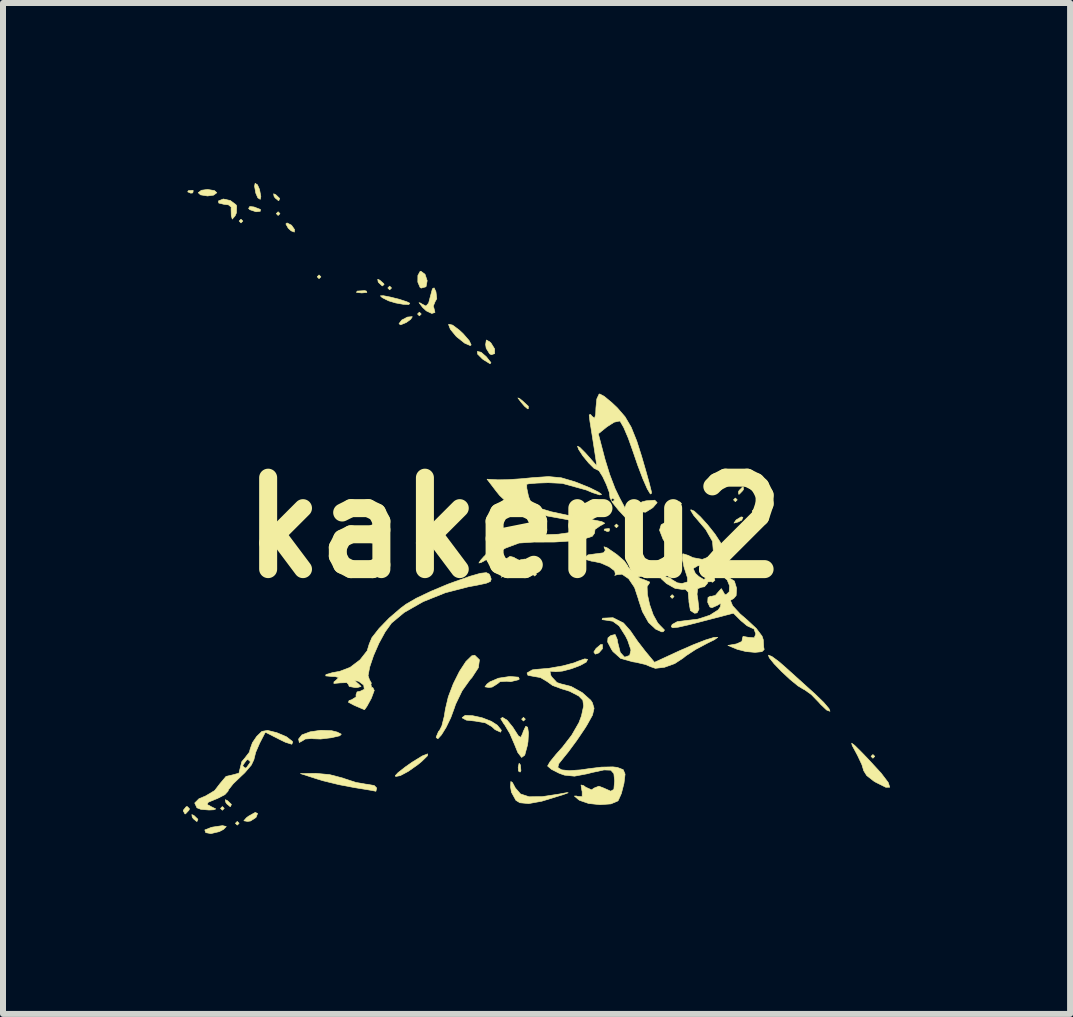
<source format=kicad_pcb>
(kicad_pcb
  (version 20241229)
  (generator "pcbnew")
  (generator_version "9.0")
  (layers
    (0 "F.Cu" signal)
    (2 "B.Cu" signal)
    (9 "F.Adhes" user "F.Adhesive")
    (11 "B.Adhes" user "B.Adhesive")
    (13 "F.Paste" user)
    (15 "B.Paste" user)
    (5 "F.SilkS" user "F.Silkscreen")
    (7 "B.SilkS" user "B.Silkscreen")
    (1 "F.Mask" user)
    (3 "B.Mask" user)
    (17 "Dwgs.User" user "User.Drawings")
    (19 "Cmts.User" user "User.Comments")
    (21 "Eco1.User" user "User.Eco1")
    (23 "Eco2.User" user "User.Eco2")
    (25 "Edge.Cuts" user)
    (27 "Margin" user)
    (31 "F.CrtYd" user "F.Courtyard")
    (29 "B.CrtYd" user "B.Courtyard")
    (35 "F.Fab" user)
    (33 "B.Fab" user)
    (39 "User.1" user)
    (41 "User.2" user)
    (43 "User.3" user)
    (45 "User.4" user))
  (footprint "kakeru2"
    (layer "F.Cu")
    (at 5.519 5.745)
    (property "Reference" "kakeru2" (at 0 0 0) (layer "F.SilkS") (effects (font (size 1.524 1.524) (thickness 0.3))))
    (attr through_hole)
    (fp_poly (pts (xy -4.832 4.677) (xy -4.863 4.708) (xy -4.894 4.677) (xy -4.863 4.646) (xy -4.832 4.677)) (stroke (width 0.01) (type solid)) (fill yes) (layer "F.SilkS"))
    (fp_poly (pts (xy -4.584 4.925) (xy -4.615 4.956) (xy -4.646 4.925) (xy -4.615 4.894) (xy -4.584 4.925)) (stroke (width 0.01) (type solid)) (fill yes) (layer "F.SilkS"))
    (fp_poly (pts (xy -4.522 -5.111) (xy -4.553 -5.08) (xy -4.584 -5.111) (xy -4.553 -5.142) (xy -4.522 -5.111)) (stroke (width 0.01) (type solid)) (fill yes) (layer "F.SilkS"))
    (fp_poly (pts (xy -3.903 -5.235) (xy -3.934 -5.204) (xy -3.965 -5.235) (xy -3.934 -5.266) (xy -3.903 -5.235)) (stroke (width 0.01) (type solid)) (fill yes) (layer "F.SilkS"))
    (fp_poly (pts (xy -3.221 -4.182) (xy -3.252 -4.151) (xy -3.283 -4.182) (xy -3.252 -4.213) (xy -3.221 -4.182)) (stroke (width 0.01) (type solid)) (fill yes) (layer "F.SilkS"))
    (fp_poly (pts (xy -2.044 -3.996) (xy -2.075 -3.965) (xy -2.106 -3.996) (xy -2.075 -4.027) (xy -2.044 -3.996)) (stroke (width 0.01) (type solid)) (fill yes) (layer "F.SilkS"))
    (fp_poly (pts (xy -1.549 -3.562) (xy -1.58 -3.531) (xy -1.611 -3.562) (xy -1.58 -3.593) (xy -1.549 -3.562)) (stroke (width 0.01) (type solid)) (fill yes) (layer "F.SilkS"))
    (fp_poly (pts (xy 0.186 3.19) (xy 0.155 3.221) (xy 0.124 3.19) (xy 0.155 3.16) (xy 0.186 3.19)) (stroke (width 0.01) (type solid)) (fill yes) (layer "F.SilkS"))
    (fp_poly (pts (xy 0.372 0.774) (xy 0.341 0.805) (xy 0.31 0.774) (xy 0.341 0.743) (xy 0.372 0.774)) (stroke (width 0.01) (type solid)) (fill yes) (layer "F.SilkS"))
    (fp_poly (pts (xy 1.735 -0.031) (xy 1.704 0) (xy 1.673 -0.031) (xy 1.704 -0.062) (xy 1.735 -0.031)) (stroke (width 0.01) (type solid)) (fill yes) (layer "F.SilkS"))
    (fp_poly (pts (xy 2.664 1.146) (xy 2.633 1.177) (xy 2.602 1.146) (xy 2.633 1.115) (xy 2.664 1.146)) (stroke (width 0.01) (type solid)) (fill yes) (layer "F.SilkS"))
    (fp_poly (pts (xy 2.788 -0.403) (xy 2.757 -0.372) (xy 2.726 -0.403) (xy 2.757 -0.434) (xy 2.788 -0.403)) (stroke (width 0.01) (type solid)) (fill yes) (layer "F.SilkS"))
    (fp_poly (pts (xy 3.717 -0.465) (xy 3.686 -0.434) (xy 3.655 -0.465) (xy 3.686 -0.496) (xy 3.717 -0.465)) (stroke (width 0.01) (type solid)) (fill yes) (layer "F.SilkS"))
    (fp_poly (pts (xy 4.027 -0.279) (xy 3.996 -0.248) (xy 3.965 -0.279) (xy 3.996 -0.31) (xy 4.027 -0.279)) (stroke (width 0.01) (type solid)) (fill yes) (layer "F.SilkS"))
    (fp_poly (pts (xy 6.009 3.81) (xy 5.978 3.841) (xy 5.947 3.81) (xy 5.978 3.779) (xy 6.009 3.81)) (stroke (width 0.01) (type solid)) (fill yes) (layer "F.SilkS"))
    (fp_poly (pts (xy -5.348 -5.617) (xy -5.357 -5.58) (xy -5.39 -5.576) (xy -5.441 -5.598) (xy -5.431 -5.617) (xy -5.358 -5.624) (xy -5.348 -5.617)) (stroke (width 0.01) (type solid)) (fill yes) (layer "F.SilkS"))
    (fp_poly (pts (xy -2.463 -3.944) (xy -2.455 -3.921) (xy -2.54 -3.913) (xy -2.628 -3.922) (xy -2.617 -3.944) (xy -2.491 -3.952) (xy -2.463 -3.944)) (stroke (width 0.01) (type solid)) (fill yes) (layer "F.SilkS"))
    (fp_poly (pts (xy 0.104 3.953) (xy 0.112 4.05) (xy 0.099 4.072) (xy 0.071 4.054) (xy 0.067 3.991) (xy 0.082 3.925) (xy 0.104 3.953)) (stroke (width 0.01) (type solid)) (fill yes) (layer "F.SilkS"))
    (fp_poly (pts (xy 1.59 0.021) (xy 1.582 0.057) (xy 1.549 0.062) (xy 1.498 0.039) (xy 1.507 0.021) (xy 1.581 0.013) (xy 1.59 0.021)) (stroke (width 0.01) (type solid)) (fill yes) (layer "F.SilkS"))
    (fp_poly (pts (xy -5.337 4.795) (xy -5.271 4.858) (xy -5.285 4.894) (xy -5.293 4.894) (xy -5.346 4.85) (xy -5.365 4.823) (xy -5.372 4.78) (xy -5.337 4.795)) (stroke (width 0.01) (type solid)) (fill yes) (layer "F.SilkS"))
    (fp_poly (pts (xy -4.78 4.547) (xy -4.713 4.61) (xy -4.727 4.646) (xy -4.736 4.646) (xy -4.788 4.602) (xy -4.807 4.575) (xy -4.814 4.532) (xy -4.78 4.547)) (stroke (width 0.01) (type solid)) (fill yes) (layer "F.SilkS"))
    (fp_poly (pts (xy -4.337 -5.346) (xy -4.229 -5.305) (xy -4.231 -5.274) (xy -4.302 -5.266) (xy -4.405 -5.3) (xy -4.426 -5.322) (xy -4.406 -5.354) (xy -4.337 -5.346)) (stroke (width 0.01) (type solid)) (fill yes) (layer "F.SilkS"))
    (fp_poly (pts (xy -3.974 -5.551) (xy -3.908 -5.488) (xy -3.922 -5.452) (xy -3.93 -5.452) (xy -3.983 -5.496) (xy -4.002 -5.523) (xy -4.009 -5.566) (xy -3.974 -5.551)) (stroke (width 0.01) (type solid)) (fill yes) (layer "F.SilkS"))
    (fp_poly (pts (xy -3.711 -5.042) (xy -3.66 -4.969) (xy -3.664 -4.927) (xy -3.717 -4.948) (xy -3.766 -4.993) (xy -3.805 -5.063) (xy -3.785 -5.08) (xy -3.711 -5.042)) (stroke (width 0.01) (type solid)) (fill yes) (layer "F.SilkS"))
    (fp_poly (pts (xy -2.24 -4.126) (xy -2.174 -4.068) (xy -2.168 -4.054) (xy -2.198 -4.029) (xy -2.259 -4.086) (xy -2.267 -4.098) (xy -2.274 -4.141) (xy -2.24 -4.126)) (stroke (width 0.01) (type solid)) (fill yes) (layer "F.SilkS"))
    (fp_poly (pts (xy 1.472 2.015) (xy 1.41 2.086) (xy 1.352 2.106) (xy 1.327 2.071) (xy 1.364 2.012) (xy 1.44 1.947) (xy 1.471 1.946) (xy 1.472 2.015)) (stroke (width 0.01) (type solid)) (fill yes) (layer "F.SilkS"))
    (fp_poly (pts (xy 3.812 -0.174) (xy 3.793 -0.128) (xy 3.735 -0.097) (xy 3.663 -0.078) (xy 3.693 -0.123) (xy 3.701 -0.132) (xy 3.782 -0.181) (xy 3.812 -0.174)) (stroke (width 0.01) (type solid)) (fill yes) (layer "F.SilkS"))
    (fp_poly (pts (xy -5.411 4.684) (xy -5.421 4.708) (xy -5.476 4.767) (xy -5.486 4.77) (xy -5.513 4.722) (xy -5.514 4.708) (xy -5.466 4.649) (xy -5.448 4.646) (xy -5.411 4.684)) (stroke (width 0.01) (type solid)) (fill yes) (layer "F.SilkS"))
    (fp_poly (pts (xy -4.995 -5.619) (xy -4.956 -5.583) (xy -5.009 -5.543) (xy -5.111 -5.529) (xy -5.227 -5.548) (xy -5.266 -5.583) (xy -5.213 -5.624) (xy -5.111 -5.638) (xy -4.995 -5.619)) (stroke (width 0.01) (type solid)) (fill yes) (layer "F.SilkS"))
    (fp_poly (pts (xy -4.278 -5.715) (xy -4.244 -5.638) (xy -4.222 -5.52) (xy -4.232 -5.473) (xy -4.272 -5.498) (xy -4.306 -5.576) (xy -4.327 -5.693) (xy -4.317 -5.74) (xy -4.278 -5.715)) (stroke (width 0.01) (type solid)) (fill yes) (layer "F.SilkS"))
    (fp_poly (pts (xy -4.276 4.762) (xy -4.303 4.828) (xy -4.394 4.887) (xy -4.445 4.894) (xy -4.505 4.883) (xy -4.464 4.835) (xy -4.426 4.806) (xy -4.315 4.744) (xy -4.276 4.762)) (stroke (width 0.01) (type solid)) (fill yes) (layer "F.SilkS"))
    (fp_poly (pts (xy -1.698 -3.515) (xy -1.727 -3.472) (xy -1.799 -3.42) (xy -1.892 -3.382) (xy -1.92 -3.4) (xy -1.874 -3.461) (xy -1.779 -3.511) (xy -1.702 -3.518) (xy -1.698 -3.515)) (stroke (width 0.01) (type solid)) (fill yes) (layer "F.SilkS"))
    (fp_poly (pts (xy -0.552 -2.925) (xy -0.465 -2.85) (xy -0.387 -2.751) (xy -0.402 -2.733) (xy -0.506 -2.797) (xy -0.53 -2.814) (xy -0.609 -2.893) (xy -0.614 -2.938) (xy -0.552 -2.925)) (stroke (width 0.01) (type solid)) (fill yes) (layer "F.SilkS"))
    (fp_poly (pts (xy 0.095 -2.149) (xy 0.139 -2.114) (xy 0.236 -2.024) (xy 0.235 -1.983) (xy 0.224 -1.982) (xy 0.173 -2.025) (xy 0.116 -2.091) (xy 0.062 -2.164) (xy 0.095 -2.149)) (stroke (width 0.01) (type solid)) (fill yes) (layer "F.SilkS"))
    (fp_poly (pts (xy 3.822 -0.641) (xy 3.81 -0.62) (xy 3.752 -0.56) (xy 3.741 -0.558) (xy 3.737 -0.598) (xy 3.748 -0.62) (xy 3.806 -0.679) (xy 3.817 -0.681) (xy 3.822 -0.641)) (stroke (width 0.01) (type solid)) (fill yes) (layer "F.SilkS"))
    (fp_poly (pts (xy -4.798 4.979) (xy -4.844 5.027) (xy -4.915 5.064) (xy -5.054 5.097) (xy -5.14 5.081) (xy -5.156 5.036) (xy -5.049 4.994) (xy -5.022 4.988) (xy -4.86 4.964) (xy -4.798 4.979)) (stroke (width 0.01) (type solid)) (fill yes) (layer "F.SilkS"))
    (fp_poly (pts (xy -0.409 -3.099) (xy -0.385 -3.076) (xy -0.326 -2.98) (xy -0.326 -2.902) (xy -0.379 -2.884) (xy -0.409 -2.898) (xy -0.467 -2.992) (xy -0.476 -3.054) (xy -0.464 -3.129) (xy -0.409 -3.099)) (stroke (width 0.01) (type solid)) (fill yes) (layer "F.SilkS"))
    (fp_poly (pts (xy -1.486 -4.224) (xy -1.45 -4.117) (xy -1.468 -4.022) (xy -1.473 -4.015) (xy -1.55 -3.994) (xy -1.568 -4.005) (xy -1.606 -4.094) (xy -1.605 -4.204) (xy -1.568 -4.272) (xy -1.555 -4.275) (xy -1.486 -4.224)) (stroke (width 0.01) (type solid)) (fill yes) (layer "F.SilkS"))
    (fp_poly (pts (xy 2.383 -0.419) (xy 2.312 -0.337) (xy 2.307 -0.333) (xy 2.189 -0.259) (xy 2.114 -0.266) (xy 2.086 -0.289) (xy 2.048 -0.373) (xy 2.131 -0.432) (xy 2.198 -0.449) (xy 2.343 -0.459) (xy 2.383 -0.419)) (stroke (width 0.01) (type solid)) (fill yes) (layer "F.SilkS"))
    (fp_poly (pts (xy 2.76 -0.011) (xy 2.776 0.116) (xy 2.72 0.252) (xy 2.62 0.297) (xy 2.515 0.242) (xy 2.482 0.194) (xy 2.422 0.04) (xy 2.45 -0.051) (xy 2.509 -0.084) (xy 2.664 -0.097) (xy 2.76 -0.011)) (stroke (width 0.01) (type solid)) (fill yes) (layer "F.SilkS"))
    (fp_poly (pts (xy -2.057 -3.843) (xy -1.911 -3.806) (xy -1.789 -3.766) (xy -1.74 -3.742) (xy -1.756 -3.72) (xy -1.85 -3.724) (xy -1.978 -3.747) (xy -2.091 -3.781) (xy -2.198 -3.834) (xy -2.23 -3.865) (xy -2.179 -3.867) (xy -2.057 -3.843)) (stroke (width 0.01) (type solid)) (fill yes) (layer "F.SilkS"))
    (fp_poly (pts (xy -1.445 3.8) (xy -1.544 3.897) (xy -1.608 3.949) (xy -1.767 4.061) (xy -1.899 4.131) (xy -1.975 4.145) (xy -1.982 4.131) (xy -1.935 4.081) (xy -1.815 3.987) (xy -1.704 3.909) (xy -1.532 3.803) (xy -1.443 3.768) (xy -1.445 3.8)) (stroke (width 0.01) (type solid)) (fill yes) (layer "F.SilkS"))
    (fp_poly (pts (xy -1.026 -3.377) (xy -0.913 -3.292) (xy -0.851 -3.234) (xy -0.75 -3.118) (xy -0.717 -3.047) (xy -0.732 -3.036) (xy -0.825 -3.076) (xy -0.951 -3.176) (xy -0.97 -3.194) (xy -1.063 -3.307) (xy -1.093 -3.384) (xy -1.089 -3.392) (xy -1.026 -3.377)) (stroke (width 0.01) (type solid)) (fill yes) (layer "F.SilkS"))
    (fp_poly (pts (xy -4.73 -5.453) (xy -4.638 -5.385) (xy -4.625 -5.363) (xy -4.629 -5.247) (xy -4.651 -5.198) (xy -4.698 -5.144) (xy -4.715 -5.203) (xy -4.715 -5.204) (xy -4.718 -5.317) (xy -4.716 -5.343) (xy -4.761 -5.381) (xy -4.836 -5.39) (xy -4.923 -5.411) (xy -4.929 -5.446) (xy -4.848 -5.479) (xy -4.73 -5.453)) (stroke (width 0.01) (type solid)) (fill yes) (layer "F.SilkS"))
    (fp_poly (pts (xy -0.693 3.132) (xy -0.534 3.167) (xy -0.381 3.226) (xy -0.281 3.291) (xy -0.214 3.374) (xy -0.226 3.407) (xy -0.319 3.364) (xy -0.372 3.314) (xy -0.484 3.25) (xy -0.649 3.222) (xy -0.658 3.221) (xy -0.798 3.206) (xy -0.866 3.169) (xy -0.867 3.163) (xy -0.817 3.127) (xy -0.693 3.132)) (stroke (width 0.01) (type solid)) (fill yes) (layer "F.SilkS"))
    (fp_poly (pts (xy 0.071 2.49) (xy 0.085 2.522) (xy 0.071 2.533) (xy -0.059 2.565) (xy -0.124 2.558) (xy -0.236 2.565) (xy -0.275 2.597) (xy -0.367 2.655) (xy -0.422 2.662) (xy -0.487 2.651) (xy -0.454 2.606) (xy -0.406 2.569) (xy -0.262 2.507) (xy -0.076 2.479) (xy -0.066 2.479) (xy 0.071 2.49)) (stroke (width 0.01) (type solid)) (fill yes) (layer "F.SilkS"))
    (fp_poly (pts (xy -3.042 3.382) (xy -2.95 3.405) (xy -2.881 3.44) (xy -2.907 3.467) (xy -3.041 3.498) (xy -3.051 3.5) (xy -3.225 3.521) (xy -3.354 3.516) (xy -3.368 3.512) (xy -3.483 3.521) (xy -3.524 3.548) (xy -3.581 3.579) (xy -3.593 3.521) (xy -3.538 3.452) (xy -3.401 3.401) (xy -3.222 3.375) (xy -3.042 3.382)) (stroke (width 0.01) (type solid)) (fill yes) (layer "F.SilkS"))
    (fp_poly (pts (xy -1.304 -3.934) (xy -1.29 -3.817) (xy -1.317 -3.77) (xy -1.349 -3.692) (xy -1.339 -3.666) (xy -1.32 -3.588) (xy -1.373 -3.571) (xy -1.464 -3.614) (xy -1.525 -3.671) (xy -1.586 -3.751) (xy -1.56 -3.744) (xy -1.541 -3.731) (xy -1.47 -3.694) (xy -1.426 -3.744) (xy -1.397 -3.855) (xy -1.363 -3.982) (xy -1.335 -3.998) (xy -1.304 -3.934)) (stroke (width 0.01) (type solid)) (fill yes) (layer "F.SilkS"))
    (fp_poly (pts (xy -0.03 4.245) (xy 0.019 4.337) (xy 0.105 4.436) (xy 0.248 4.483) (xy 0.467 4.481) (xy 0.743 4.439) (xy 0.88 4.414) (xy 0.9 4.417) (xy 0.809 4.45) (xy 0.774 4.461) (xy 0.461 4.557) (xy 0.24 4.597) (xy 0.095 4.583) (xy 0.029 4.543) (xy -0.046 4.407) (xy -0.061 4.317) (xy -0.056 4.229) (xy -0.03 4.245)) (stroke (width 0.01) (type solid)) (fill yes) (layer "F.SilkS"))
    (fp_poly (pts (xy 5.674 3.627) (xy 5.793 3.745) (xy 5.907 3.864) (xy 6.116 4.091) (xy 6.233 4.245) (xy 6.259 4.324) (xy 6.193 4.325) (xy 6.035 4.247) (xy 5.994 4.223) (xy 5.875 4.13) (xy 5.824 4.048) (xy 5.824 4.046) (xy 5.795 3.949) (xy 5.723 3.796) (xy 5.691 3.736) (xy 5.633 3.629) (xy 5.624 3.59) (xy 5.674 3.627)) (stroke (width 0.01) (type solid)) (fill yes) (layer "F.SilkS"))
    (fp_poly (pts (xy -3.076 4.114) (xy -2.851 4.173) (xy -2.828 4.182) (xy -2.638 4.244) (xy -2.466 4.274) (xy -2.449 4.275) (xy -2.332 4.296) (xy -2.292 4.337) (xy -2.304 4.391) (xy -2.308 4.391) (xy -2.372 4.378) (xy -2.522 4.353) (xy -2.664 4.33) (xy -2.922 4.281) (xy -3.183 4.217) (xy -3.283 4.187) (xy -3.562 4.097) (xy -3.306 4.093) (xy -3.076 4.114)) (stroke (width 0.01) (type solid)) (fill yes) (layer "F.SilkS"))
    (fp_poly (pts (xy -0.001 0.494) (xy 0.003 0.501) (xy 0.084 0.542) (xy 0.117 0.531) (xy 0.179 0.522) (xy 0.186 0.541) (xy 0.137 0.603) (xy 0.017 0.69) (xy -0.015 0.709) (xy -0.217 0.826) (xy -0.099 0.692) (xy -0.024 0.59) (xy -0.047 0.562) (xy -0.169 0.606) (xy -0.205 0.623) (xy -0.288 0.66) (xy -0.281 0.639) (xy -0.191 0.558) (xy -0.07 0.477) (xy -0.001 0.494)) (stroke (width 0.01) (type solid)) (fill yes) (layer "F.SilkS"))
    (fp_poly (pts (xy -0.117 3.208) (xy -0.021 3.326) (xy -0.007 3.349) (xy 0.071 3.47) (xy 0.111 3.492) (xy 0.142 3.425) (xy 0.151 3.395) (xy 0.192 3.309) (xy 0.224 3.324) (xy 0.238 3.418) (xy 0.23 3.566) (xy 0.22 3.627) (xy 0.176 3.789) (xy 0.124 3.828) (xy 0.06 3.745) (xy 0.005 3.609) (xy -0.073 3.428) (xy -0.159 3.284) (xy -0.172 3.268) (xy -0.225 3.182) (xy -0.195 3.16) (xy -0.117 3.208)) (stroke (width 0.01) (type solid)) (fill yes) (layer "F.SilkS"))
    (fp_poly (pts (xy 4.294 2.145) (xy 4.411 2.231) (xy 4.502 2.31) (xy 4.69 2.479) (xy 4.906 2.674) (xy 5.018 2.775) (xy 5.159 2.912) (xy 5.247 3.016) (xy 5.263 3.059) (xy 5.207 3.038) (xy 5.109 2.945) (xy 5.077 2.909) (xy 4.951 2.779) (xy 4.837 2.698) (xy 4.821 2.691) (xy 4.73 2.636) (xy 4.599 2.529) (xy 4.457 2.397) (xy 4.332 2.267) (xy 4.251 2.166) (xy 4.237 2.123) (xy 4.294 2.145)) (stroke (width 0.01) (type solid)) (fill yes) (layer "F.SilkS"))
    (fp_poly (pts (xy -0.579 2.201) (xy -0.597 2.332) (xy -0.706 2.499) (xy -0.734 2.529) (xy -0.868 2.717) (xy -0.977 2.943) (xy -0.996 3) (xy -1.057 3.166) (xy -1.134 3.325) (xy -1.211 3.45) (xy -1.271 3.516) (xy -1.299 3.497) (xy -1.3 3.488) (xy -1.26 3.393) (xy -1.245 3.38) (xy -1.206 3.303) (xy -1.166 3.145) (xy -1.146 3.02) (xy -1.098 2.818) (xy -1.015 2.6) (xy -0.912 2.394) (xy -0.804 2.229) (xy -0.707 2.134) (xy -0.658 2.124) (xy -0.579 2.201)) (stroke (width 0.01) (type solid)) (fill yes) (layer "F.SilkS"))
    (fp_poly (pts (xy 1.821 1.587) (xy 1.936 1.717) (xy 2.055 1.89) (xy 2.19 2.065) (xy 2.191 2.066) (xy 2.338 2.243) (xy 2.753 2.051) (xy 2.982 1.951) (xy 3.19 1.87) (xy 3.331 1.827) (xy 3.334 1.827) (xy 3.392 1.826) (xy 3.337 1.866) (xy 3.221 1.923) (xy 3.027 2.026) (xy 2.863 2.133) (xy 2.816 2.171) (xy 2.675 2.264) (xy 2.505 2.325) (xy 2.352 2.343) (xy 2.275 2.316) (xy 2.188 2.279) (xy 2.03 2.242) (xy 1.977 2.234) (xy 1.775 2.178) (xy 1.645 2.062) (xy 1.622 2.027) (xy 1.557 1.903) (xy 1.563 1.835) (xy 1.611 1.796) (xy 1.682 1.779) (xy 1.717 1.86) (xy 1.724 1.907) (xy 1.768 2.079) (xy 1.84 2.157) (xy 1.924 2.128) (xy 1.946 2.038) (xy 1.892 1.878) (xy 1.856 1.805) (xy 1.749 1.636) (xy 1.643 1.558) (xy 1.558 1.544) (xy 1.465 1.531) (xy 1.474 1.507) (xy 1.646 1.499) (xy 1.821 1.587)) (stroke (width 0.01) (type solid)) (fill yes) (layer "F.SilkS"))
    (fp_poly (pts (xy 1.546 0.333) (xy 1.679 0.424) (xy 1.714 0.449) (xy 1.835 0.554) (xy 1.894 0.638) (xy 1.896 0.65) (xy 1.945 0.704) (xy 2.071 0.75) (xy 2.075 0.751) (xy 2.181 0.781) (xy 2.166 0.8) (xy 2.137 0.804) (xy 2.064 0.819) (xy 2.1 0.844) (xy 2.168 0.867) (xy 2.258 0.905) (xy 2.253 0.923) (xy 2.215 0.979) (xy 2.22 1.11) (xy 2.257 1.28) (xy 2.317 1.451) (xy 2.392 1.587) (xy 2.428 1.626) (xy 2.505 1.705) (xy 2.483 1.733) (xy 2.458 1.735) (xy 2.357 1.689) (xy 2.241 1.58) (xy 2.236 1.573) (xy 2.137 1.397) (xy 2.07 1.193) (xy 2.069 1.186) (xy 2.006 0.996) (xy 1.908 0.85) (xy 1.797 0.774) (xy 1.718 0.781) (xy 1.675 0.794) (xy 1.687 0.775) (xy 1.674 0.718) (xy 1.581 0.648) (xy 1.446 0.588) (xy 1.31 0.558) (xy 1.294 0.558) (xy 1.197 0.53) (xy 1.177 0.496) (xy 1.231 0.452) (xy 1.361 0.434) (xy 1.367 0.434) (xy 1.49 0.417) (xy 1.519 0.374) (xy 1.518 0.372) (xy 1.496 0.317) (xy 1.546 0.333)) (stroke (width 0.01) (type solid)) (fill yes) (layer "F.SilkS"))
    (fp_poly (pts (xy -3.953 3.416) (xy -3.952 3.417) (xy -3.796 3.483) (xy -3.7 3.557) (xy -3.691 3.572) (xy -3.706 3.608) (xy -3.812 3.575) (xy -3.903 3.531) (xy -4.147 3.407) (xy -4.242 3.59) (xy -4.308 3.743) (xy -4.337 3.86) (xy -4.337 3.862) (xy -4.38 3.954) (xy -4.49 4.083) (xy -4.553 4.142) (xy -4.683 4.267) (xy -4.76 4.364) (xy -4.77 4.391) (xy -4.822 4.448) (xy -4.95 4.514) (xy -4.972 4.522) (xy -5.098 4.574) (xy -5.119 4.61) (xy -5.049 4.648) (xy -4.973 4.686) (xy -5.007 4.7) (xy -5.085 4.704) (xy -5.221 4.693) (xy -5.287 4.667) (xy -5.324 4.587) (xy -5.253 4.516) (xy -5.141 4.469) (xy -4.992 4.38) (xy -4.902 4.263) (xy -4.802 4.144) (xy -4.702 4.121) (xy -4.587 4.09) (xy -4.57 4.02) (xy -4.558 3.972) (xy -4.522 3.972) (xy -4.484 4.006) (xy -4.46 3.996) (xy -4.401 3.914) (xy -4.399 3.896) (xy -4.437 3.862) (xy -4.46 3.872) (xy -4.52 3.954) (xy -4.522 3.972) (xy -4.558 3.972) (xy -4.54 3.899) (xy -4.492 3.842) (xy -4.413 3.74) (xy -4.399 3.685) (xy -4.362 3.582) (xy -4.29 3.476) (xy -4.205 3.394) (xy -4.11 3.377) (xy -3.953 3.416)) (stroke (width 0.01) (type solid)) (fill yes) (layer "F.SilkS"))
    (fp_poly (pts (xy 2.999 -0.278) (xy 3.101 -0.184) (xy 3.225 -0.047) (xy 3.345 0.104) (xy 3.435 0.241) (xy 3.442 0.256) (xy 3.523 0.446) (xy 3.517 0.557) (xy 3.414 0.609) (xy 3.252 0.62) (xy 3.059 0.634) (xy 2.982 0.679) (xy 3.019 0.76) (xy 3.077 0.813) (xy 3.163 0.865) (xy 3.205 0.822) (xy 3.206 0.82) (xy 3.261 0.774) (xy 3.326 0.81) (xy 3.345 0.875) (xy 3.307 0.908) (xy 3.283 0.898) (xy 3.226 0.903) (xy 3.221 0.926) (xy 3.171 0.983) (xy 3.122 0.991) (xy 3.058 1.015) (xy 3.047 1.107) (xy 3.062 1.208) (xy 3.079 1.357) (xy 3.048 1.418) (xy 3.007 1.425) (xy 2.937 1.38) (xy 2.912 1.235) (xy 2.912 1.214) (xy 2.899 1.071) (xy 2.851 1.024) (xy 2.803 1.028) (xy 2.681 1.01) (xy 2.54 0.931) (xy 2.447 0.846) (xy 2.451 0.811) (xy 2.49 0.807) (xy 2.602 0.838) (xy 2.633 0.867) (xy 2.72 0.918) (xy 2.798 0.929) (xy 2.89 0.902) (xy 2.887 0.831) (xy 2.829 0.651) (xy 2.801 0.507) (xy 2.809 0.436) (xy 2.816 0.434) (xy 2.899 0.46) (xy 2.978 0.498) (xy 3.135 0.527) (xy 3.227 0.493) (xy 3.318 0.386) (xy 3.305 0.227) (xy 3.192 0.029) (xy 3.098 -0.082) (xy 2.993 -0.205) (xy 2.943 -0.287) (xy 2.944 -0.301) (xy 2.999 -0.278)) (stroke (width 0.01) (type solid)) (fill yes) (layer "F.SilkS"))
    (fp_poly (pts (xy 3.562 0.822) (xy 3.669 0.888) (xy 3.706 1.007) (xy 3.699 1.13) (xy 3.659 1.177) (xy 3.603 1.21) (xy 3.64 1.3) (xy 3.763 1.434) (xy 3.887 1.541) (xy 4.035 1.679) (xy 4.131 1.807) (xy 4.151 1.867) (xy 4.158 1.989) (xy 4.166 2.029) (xy 4.129 2.065) (xy 4.014 2.077) (xy 3.862 2.063) (xy 3.717 2.026) (xy 3.706 2.021) (xy 3.562 1.961) (xy 3.703 1.936) (xy 3.795 1.895) (xy 3.803 1.847) (xy 3.814 1.81) (xy 3.895 1.825) (xy 4 1.834) (xy 4.027 1.77) (xy 3.995 1.685) (xy 3.965 1.673) (xy 3.88 1.633) (xy 3.778 1.548) (xy 3.654 1.424) (xy 3.178 1.548) (xy 2.906 1.618) (xy 2.734 1.657) (xy 2.644 1.667) (xy 2.617 1.65) (xy 2.633 1.611) (xy 2.717 1.565) (xy 2.844 1.549) (xy 3.061 1.523) (xy 3.26 1.458) (xy 3.4 1.369) (xy 3.435 1.319) (xy 3.447 1.256) (xy 3.388 1.291) (xy 3.388 1.292) (xy 3.297 1.332) (xy 3.262 1.321) (xy 3.225 1.242) (xy 3.23 1.162) (xy 3.272 1.14) (xy 3.28 1.144) (xy 3.352 1.128) (xy 3.402 1.07) (xy 3.452 1.014) (xy 3.467 1.038) (xy 3.508 1.11) (xy 3.531 1.115) (xy 3.583 1.068) (xy 3.589 0.967) (xy 3.55 0.871) (xy 3.516 0.843) (xy 3.502 0.821) (xy 3.562 0.822)) (stroke (width 0.01) (type solid)) (fill yes) (layer "F.SilkS"))
    (fp_poly (pts (xy 1.5 -2.19) (xy 1.627 -2.085) (xy 1.719 -1.998) (xy 1.847 -1.85) (xy 1.949 -1.677) (xy 2.043 -1.444) (xy 2.122 -1.196) (xy 2.195 -0.945) (xy 2.252 -0.74) (xy 2.285 -0.608) (xy 2.29 -0.576) (xy 2.27 -0.562) (xy 2.219 -0.646) (xy 2.146 -0.812) (xy 2.059 -1.041) (xy 1.982 -1.266) (xy 1.901 -1.494) (xy 1.825 -1.672) (xy 1.769 -1.769) (xy 1.756 -1.779) (xy 1.666 -1.759) (xy 1.547 -1.683) (xy 1.402 -1.566) (xy 1.514 -1.139) (xy 1.592 -0.887) (xy 1.682 -0.651) (xy 1.757 -0.497) (xy 1.842 -0.338) (xy 1.897 -0.204) (xy 1.909 -0.13) (xy 1.9 -0.125) (xy 1.856 -0.167) (xy 1.762 -0.268) (xy 1.737 -0.295) (xy 1.64 -0.417) (xy 1.619 -0.457) (xy 1.642 -0.434) (xy 1.673 -0.465) (xy 1.642 -0.496) (xy 1.613 -0.467) (xy 1.596 -0.499) (xy 1.596 -0.507) (xy 1.585 -0.59) (xy 1.537 -0.72) (xy 1.474 -0.854) (xy 1.414 -0.949) (xy 1.381 -0.968) (xy 1.33 -0.991) (xy 1.241 -1.08) (xy 1.145 -1.197) (xy 1.074 -1.306) (xy 1.055 -1.359) (xy 1.092 -1.341) (xy 1.181 -1.252) (xy 1.218 -1.211) (xy 1.378 -1.029) (xy 1.336 -1.304) (xy 1.302 -1.523) (xy 1.27 -1.725) (xy 1.263 -1.766) (xy 1.25 -1.881) (xy 1.273 -1.888) (xy 1.296 -1.859) (xy 1.339 -1.824) (xy 1.358 -1.889) (xy 1.362 -1.998) (xy 1.377 -2.147) (xy 1.414 -2.226) (xy 1.425 -2.23) (xy 1.5 -2.19)) (stroke (width 0.01) (type solid)) (fill yes) (layer "F.SilkS"))
    (fp_poly (pts (xy 0.784 -0.833) (xy 1.009 -0.767) (xy 1.067 -0.745) (xy 1.261 -0.666) (xy 1.403 -0.595) (xy 1.457 -0.556) (xy 1.426 -0.547) (xy 1.312 -0.583) (xy 1.199 -0.63) (xy 0.8 -0.74) (xy 0.567 -0.751) (xy 0.377 -0.744) (xy 0.245 -0.733) (xy 0.209 -0.725) (xy 0.21 -0.659) (xy 0.238 -0.526) (xy 0.238 -0.523) (xy 0.271 -0.441) (xy 0.333 -0.375) (xy 0.442 -0.32) (xy 0.615 -0.267) (xy 0.872 -0.212) (xy 1.23 -0.147) (xy 1.301 -0.134) (xy 1.46 -0.102) (xy 1.509 -0.076) (xy 1.461 -0.046) (xy 1.444 -0.04) (xy 1.347 0.027) (xy 1.339 0.09) (xy 1.302 0.142) (xy 1.164 0.187) (xy 0.946 0.22) (xy 0.672 0.238) (xy 0.363 0.239) (xy 0.34 0.238) (xy 0.079 0.255) (xy -0.144 0.339) (xy -0.217 0.381) (xy -0.43 0.512) (xy -0.55 0.579) (xy -0.588 0.587) (xy -0.557 0.539) (xy -0.502 0.477) (xy -0.391 0.377) (xy -0.309 0.343) (xy -0.301 0.346) (xy -0.25 0.338) (xy -0.248 0.323) (xy -0.191 0.245) (xy -0.037 0.18) (xy 0.184 0.134) (xy 0.445 0.117) (xy 0.478 0.117) (xy 0.733 0.108) (xy 0.946 0.078) (xy 1.094 0.032) (xy 1.156 -0.023) (xy 1.141 -0.058) (xy 1.055 -0.093) (xy 0.882 -0.136) (xy 0.657 -0.177) (xy 0.623 -0.183) (xy 0.299 -0.241) (xy 0.067 -0.31) (xy -0.103 -0.405) (xy -0.243 -0.539) (xy -0.297 -0.606) (xy -0.452 -0.809) (xy -0.273 -0.799) (xy -0.115 -0.801) (xy 0.111 -0.816) (xy 0.31 -0.835) (xy 0.573 -0.853) (xy 0.784 -0.833)) (stroke (width 0.01) (type solid)) (fill yes) (layer "F.SilkS"))
    (fp_poly (pts (xy -0.416 0.772) (xy -0.405 0.792) (xy -0.383 0.855) (xy -0.396 0.895) (xy -0.467 0.925) (xy -0.622 0.958) (xy -0.764 0.984) (xy -1.15 1.084) (xy -1.518 1.232) (xy -1.832 1.411) (xy -2.045 1.589) (xy -2.15 1.735) (xy -2.254 1.925) (xy -2.344 2.131) (xy -2.408 2.321) (xy -2.435 2.464) (xy -2.413 2.53) (xy -2.38 2.589) (xy -2.388 2.607) (xy -2.377 2.66) (xy -2.356 2.664) (xy -2.332 2.711) (xy -2.38 2.84) (xy -2.385 2.85) (xy -2.453 2.974) (xy -2.493 3.031) (xy -2.495 3.032) (xy -2.555 3.007) (xy -2.664 2.96) (xy -2.762 2.909) (xy -2.751 2.879) (xy -2.71 2.867) (xy -2.635 2.82) (xy -2.636 2.783) (xy -2.618 2.735) (xy -2.569 2.726) (xy -2.498 2.692) (xy -2.508 2.621) (xy -2.59 2.56) (xy -2.606 2.555) (xy -2.659 2.548) (xy -2.608 2.592) (xy -2.602 2.596) (xy -2.552 2.645) (xy -2.611 2.662) (xy -2.652 2.663) (xy -2.749 2.645) (xy -2.762 2.611) (xy -2.789 2.581) (xy -2.898 2.585) (xy -3.005 2.595) (xy -3.003 2.568) (xy -2.974 2.546) (xy -2.925 2.497) (xy -2.984 2.48) (xy -3.03 2.479) (xy -3.141 2.469) (xy -3.137 2.446) (xy -3.026 2.414) (xy -2.912 2.394) (xy -2.735 2.327) (xy -2.568 2.2) (xy -2.45 2.05) (xy -2.416 1.938) (xy -2.371 1.831) (xy -2.251 1.678) (xy -2.083 1.505) (xy -1.891 1.34) (xy -1.802 1.274) (xy -1.63 1.174) (xy -1.383 1.057) (xy -1.106 0.941) (xy -0.997 0.901) (xy -0.734 0.808) (xy -0.563 0.759) (xy -0.464 0.748) (xy -0.416 0.772)) (stroke (width 0.01) (type solid)) (fill yes) (layer "F.SilkS"))
    (fp_poly (pts (xy 1.223 2.193) (xy 1.202 2.238) (xy 1.099 2.295) (xy 0.953 2.35) (xy 0.803 2.389) (xy 0.687 2.399) (xy 0.673 2.396) (xy 0.596 2.39) (xy 0.608 2.455) (xy 0.623 2.484) (xy 0.713 2.58) (xy 0.78 2.602) (xy 0.947 2.644) (xy 1.133 2.747) (xy 1.276 2.875) (xy 1.303 2.916) (xy 1.331 3.01) (xy 1.305 3.122) (xy 1.214 3.286) (xy 1.18 3.341) (xy 1.042 3.545) (xy 0.901 3.736) (xy 0.836 3.816) (xy 0.742 3.934) (xy 0.727 3.995) (xy 0.784 4.031) (xy 0.795 4.035) (xy 0.917 4.048) (xy 1.107 4.035) (xy 1.236 4.016) (xy 1.454 3.989) (xy 1.645 3.985) (xy 1.719 3.994) (xy 1.817 4.032) (xy 1.848 4.106) (xy 1.83 4.256) (xy 1.829 4.262) (xy 1.786 4.429) (xy 1.735 4.543) (xy 1.727 4.553) (xy 1.612 4.602) (xy 1.432 4.615) (xy 1.241 4.595) (xy 1.092 4.544) (xy 1.072 4.531) (xy 1.003 4.471) (xy 1.035 4.47) (xy 1.062 4.478) (xy 1.133 4.481) (xy 1.133 4.396) (xy 1.128 4.378) (xy 1.114 4.287) (xy 1.157 4.297) (xy 1.192 4.324) (xy 1.291 4.368) (xy 1.33 4.339) (xy 1.411 4.307) (xy 1.487 4.336) (xy 1.609 4.39) (xy 1.661 4.36) (xy 1.673 4.226) (xy 1.673 4.213) (xy 1.661 4.097) (xy 1.61 4.04) (xy 1.497 4.036) (xy 1.297 4.079) (xy 1.217 4.1) (xy 1.005 4.14) (xy 0.839 4.123) (xy 0.751 4.092) (xy 0.621 4.026) (xy 0.558 3.972) (xy 0.558 3.968) (xy 0.596 3.902) (xy 0.697 3.777) (xy 0.806 3.655) (xy 0.958 3.458) (xy 1.079 3.248) (xy 1.121 3.136) (xy 1.157 2.97) (xy 1.144 2.874) (xy 1.075 2.803) (xy 1.074 2.803) (xy 0.924 2.725) (xy 0.791 2.684) (xy 0.639 2.628) (xy 0.551 2.564) (xy 0.437 2.496) (xy 0.329 2.478) (xy 0.229 2.459) (xy 0.214 2.42) (xy 0.3 2.369) (xy 0.357 2.361) (xy 0.571 2.343) (xy 0.804 2.303) (xy 0.999 2.251) (xy 1.067 2.223) (xy 1.176 2.185) (xy 1.223 2.193)) (stroke (width 0.01) (type solid)) (fill yes) (layer "F.SilkS")))
  (gr_rect
    (start -3 -3)
    (end 14.783 13.847)
    (stroke (width 0.1) (type default))
    (fill no)
    (layer "Edge.Cuts")))
</source>
